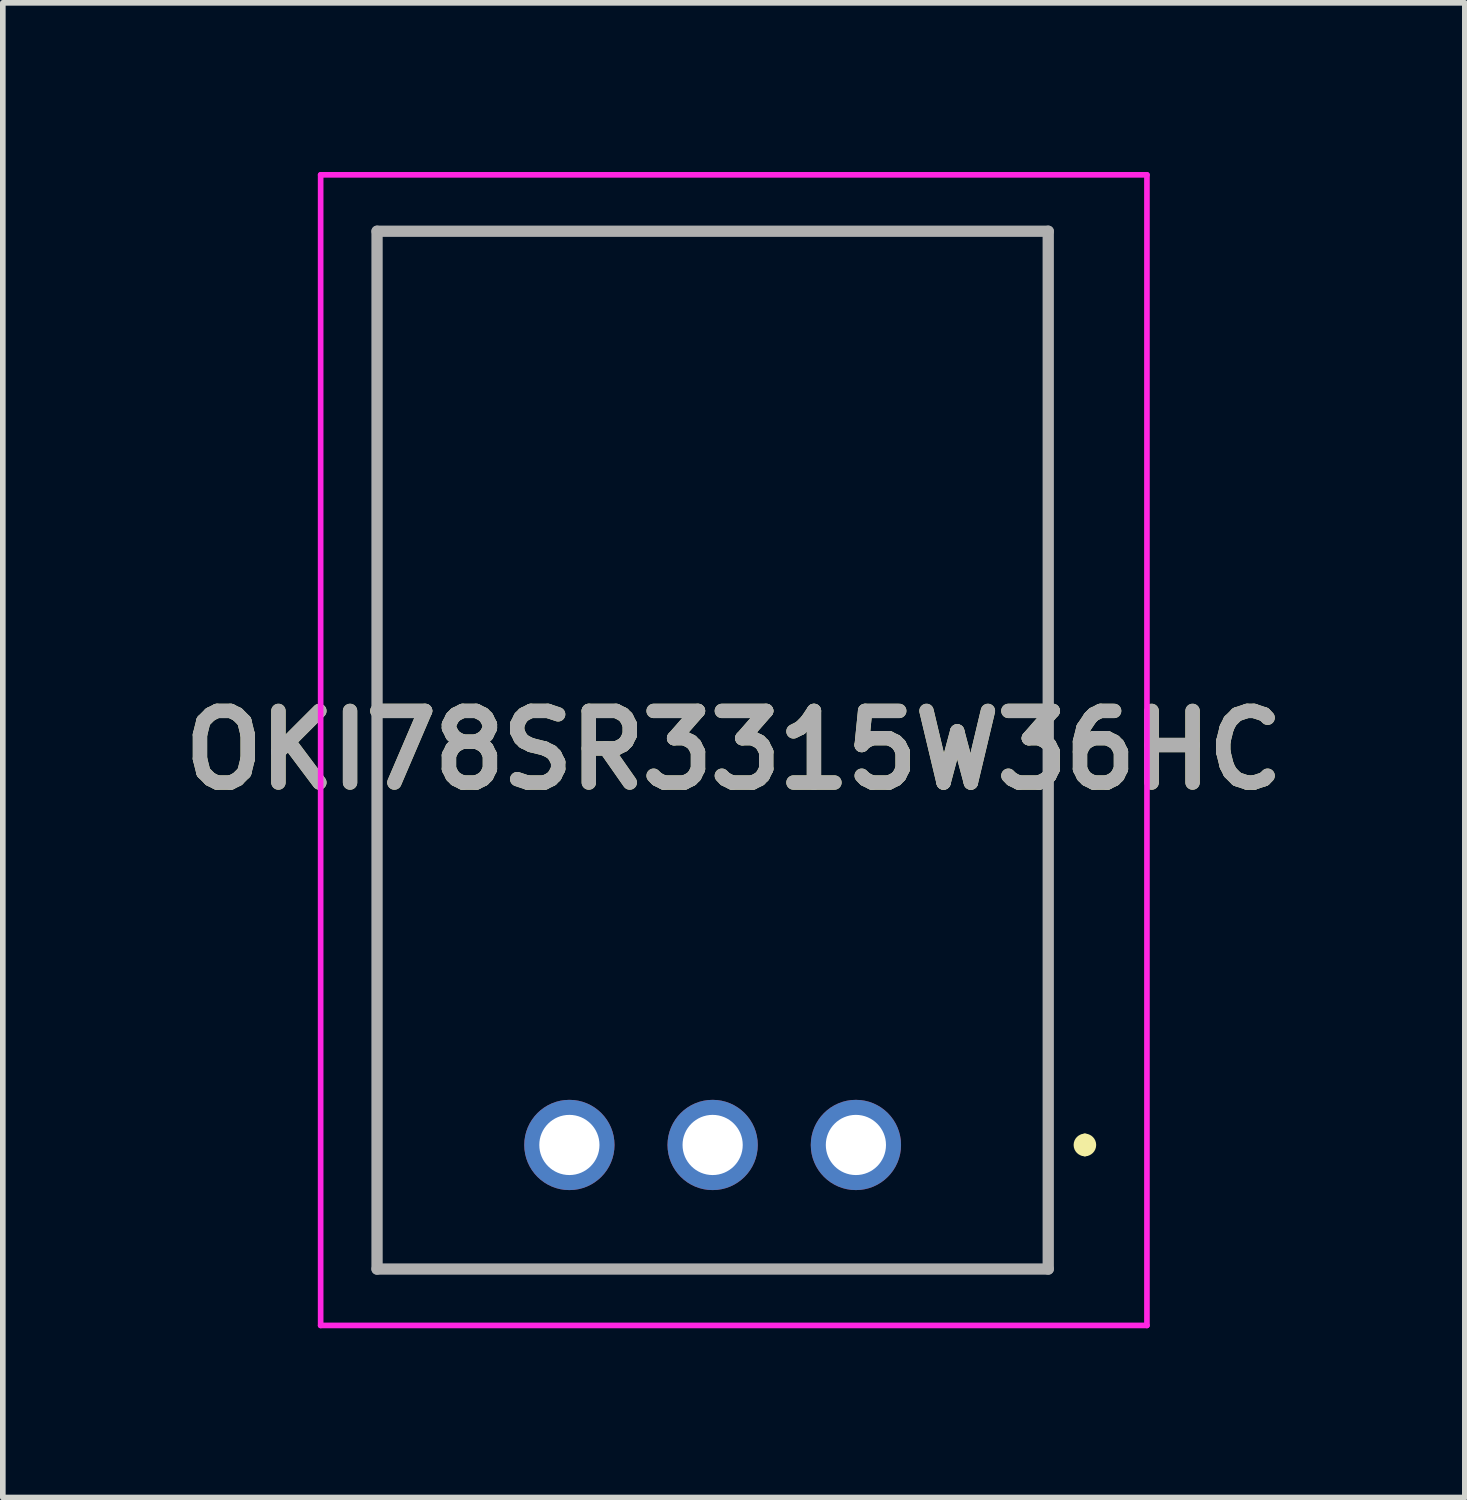
<source format=kicad_pcb>
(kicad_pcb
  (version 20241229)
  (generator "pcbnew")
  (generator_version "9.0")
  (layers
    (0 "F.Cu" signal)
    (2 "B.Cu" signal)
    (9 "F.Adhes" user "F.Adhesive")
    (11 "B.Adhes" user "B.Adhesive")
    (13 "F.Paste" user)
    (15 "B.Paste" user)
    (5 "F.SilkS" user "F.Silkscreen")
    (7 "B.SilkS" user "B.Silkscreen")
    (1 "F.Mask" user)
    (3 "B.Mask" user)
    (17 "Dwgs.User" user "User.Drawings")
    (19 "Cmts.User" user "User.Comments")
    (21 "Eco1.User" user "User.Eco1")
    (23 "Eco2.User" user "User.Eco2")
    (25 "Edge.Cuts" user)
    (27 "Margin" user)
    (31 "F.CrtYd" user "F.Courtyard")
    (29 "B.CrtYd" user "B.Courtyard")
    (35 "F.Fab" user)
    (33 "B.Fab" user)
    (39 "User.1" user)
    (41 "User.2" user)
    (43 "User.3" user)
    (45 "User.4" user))
  (footprint "OKI78SR3315W36HC"
    (layer "F.Cu")
    (at 12.125 17.25)
    (property "Reference" "OKI78SR3315W36HC" (at -2.165 -7 0) (layer "F.SilkS") (effects (font (size 1.27 1.27) (thickness 0.254))))
    (attr through_hole)
    (fp_line (start -8.49 -16.2) (end -8.49 2.2) (stroke (width 0.1) (type solid)) (layer "F.SilkS"))
    (fp_line (start -8.49 2.2) (end 3.41 2.2) (stroke (width 0.1) (type solid)) (layer "F.SilkS"))
    (fp_line (start 3.41 -16.2) (end -8.49 -16.2) (stroke (width 0.1) (type solid)) (layer "F.SilkS"))
    (fp_line (start 3.41 2.2) (end 3.41 -16.2) (stroke (width 0.1) (type solid)) (layer "F.SilkS"))
    (fp_line (start 4.06 -0.1) (end 4.06 -0.1) (stroke (width 0.2) (type solid)) (layer "F.SilkS"))
    (fp_line (start 4.06 0.1) (end 4.06 0.1) (stroke (width 0.2) (type solid)) (layer "F.SilkS"))
    (fp_arc (start 4.06 -0.1) (mid 4.16 0) (end 4.06 0.1) (stroke (width 0.2) (type solid)) (layer "F.SilkS"))
    (fp_arc (start 4.06 0.1) (mid 3.96 0) (end 4.06 -0.1) (stroke (width 0.2) (type solid)) (layer "F.SilkS"))
    (fp_line (start -9.49 -17.2) (end -9.49 3.2) (stroke (width 0.1) (type solid)) (layer "F.CrtYd"))
    (fp_line (start -9.49 3.2) (end 5.16 3.2) (stroke (width 0.1) (type solid)) (layer "F.CrtYd"))
    (fp_line (start 5.16 -17.2) (end -9.49 -17.2) (stroke (width 0.1) (type solid)) (layer "F.CrtYd"))
    (fp_line (start 5.16 3.2) (end 5.16 -17.2) (stroke (width 0.1) (type solid)) (layer "F.CrtYd"))
    (fp_line (start -8.49 -16.2) (end -8.49 2.2) (stroke (width 0.2) (type solid)) (layer "F.Fab"))
    (fp_line (start -8.49 2.2) (end 3.41 2.2) (stroke (width 0.2) (type solid)) (layer "F.Fab"))
    (fp_line (start 3.41 -16.2) (end -8.49 -16.2) (stroke (width 0.2) (type solid)) (layer "F.Fab"))
    (fp_line (start 3.41 2.2) (end 3.41 -16.2) (stroke (width 0.2) (type solid)) (layer "F.Fab"))
    (fp_text user "${REFERENCE}" (at -2.165 -7 0) (layer "F.Fab") (effects (font (size 1.27 1.27) (thickness 0.254))))
    (pad "1" thru_hole circle (at 0 0) (size 1.6 1.6) (drill 1.067) (layers "*.Cu" "*.Mask"))
    (pad "2" thru_hole circle (at -2.54 0) (size 1.6 1.6) (drill 1.067) (layers "*.Cu" "*.Mask"))
    (pad "3" thru_hole circle (at -5.08 0) (size 1.6 1.6) (drill 1.067) (layers "*.Cu" "*.Mask")))
  (gr_rect
    (start -3 -3)
    (end 22.921 23.5)
    (stroke (width 0.1) (type default))
    (fill no)
    (layer "Edge.Cuts")))
</source>
